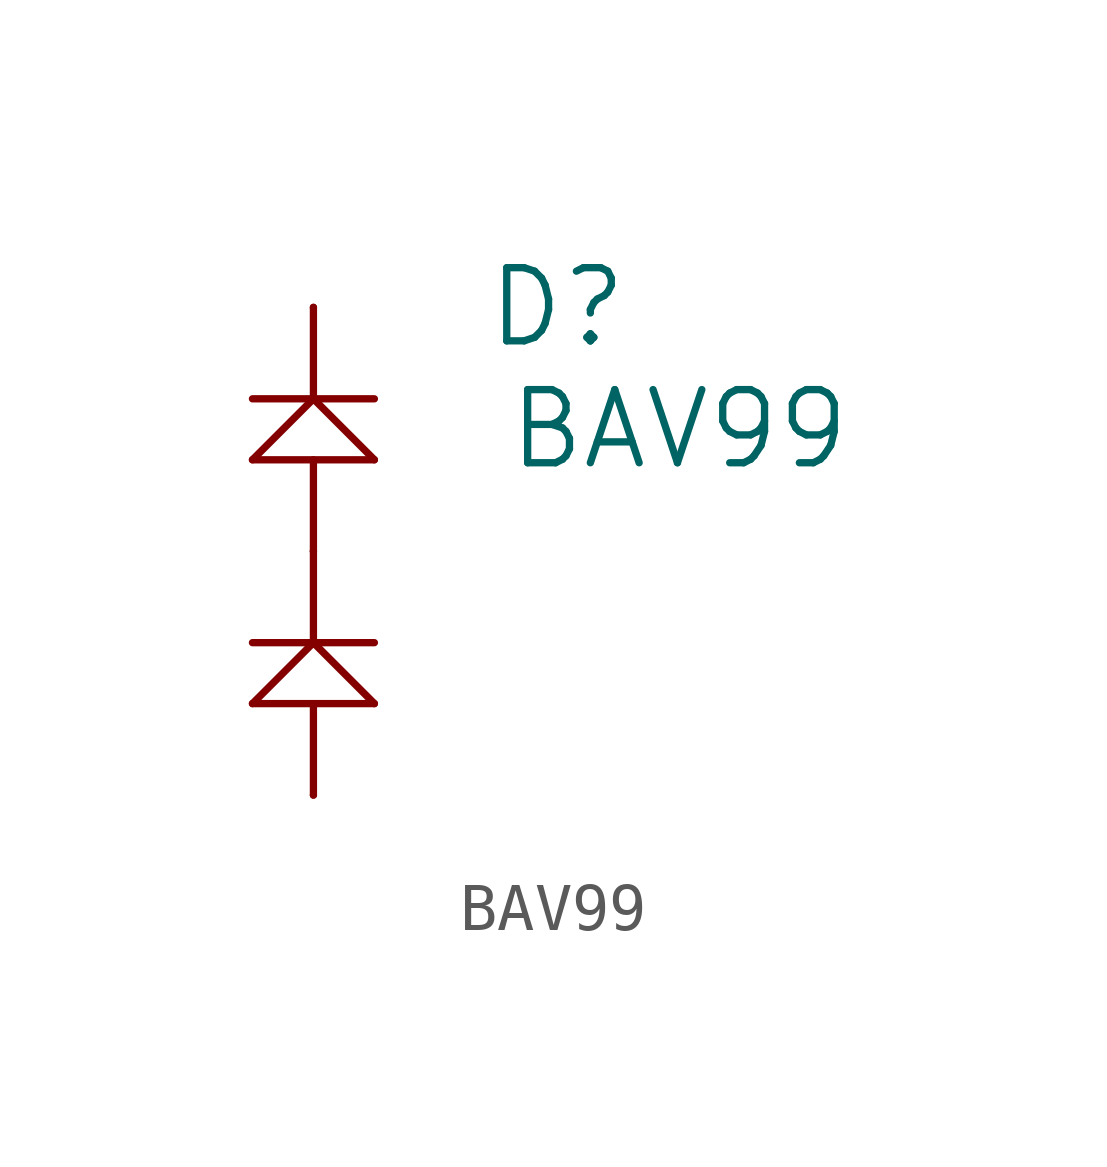
<source format=kicad_sym>
(kicad_symbol_lib
  (version 20220914)
  (generator kicad_symbol_editor)
  (symbol "BAV99"
    (pin_numbers hide)
    (pin_names
      (offset 1.016) hide)
    (property "Reference" "D"
      (at 5.08 10.16 0)
      (effects (font (size 1.524 1.524))))
    (property "Value" "BAV99"
      (at 7.62 7.62 0)
      (effects (font (size 1.524 1.524))))
    (symbol "BAV99_0_1"
      (polyline (pts (xy -1.27 1.905) (xy 1.27 1.905)) (stroke (width 0) (type solid)) (fill (type none)))
      (polyline (pts (xy -1.27 3.175) (xy 1.27 3.175)) (stroke (width 0) (type solid)) (fill (type none)))
      (polyline (pts (xy -1.27 6.985) (xy 1.27 6.985)) (stroke (width 0) (type solid)) (fill (type none)))
      (polyline (pts (xy -1.27 8.255) (xy 1.27 8.255)) (stroke (width 0) (type solid)) (fill (type none)))
      (polyline (pts (xy 0 0) (xy 0 1.905)) (stroke (width 0) (type solid)) (fill (type none)))
      (polyline (pts (xy 0 5.08) (xy 0 3.175)) (stroke (width 0) (type solid)) (fill (type none)))
      (polyline (pts (xy 0 5.08) (xy 0 6.985)) (stroke (width 0) (type solid)) (fill (type none)))
      (polyline (pts (xy 0 10.16) (xy 0 8.255)) (stroke (width 0) (type solid)) (fill (type none)))
      (polyline (pts (xy -1.27 1.905) (xy 0 3.175) (xy 1.27 1.905)) (stroke (width 0) (type solid)) (fill (type none)))
      (polyline (pts (xy -1.27 6.985) (xy 0 8.255) (xy 1.27 6.985)) (stroke (width 0) (type solid)) (fill (type none))))
    (symbol "BAV99_1_1"
      (pin passive line (at 0 0 180) (length 0) (name "1" (effects (font (size 1.27 1.27)))) (number "1" (effects (font (size 1.27 1.27)))))
      (pin passive line (at 0 10.16 0) (length 0) (name "2" (effects (font (size 1.27 1.27)))) (number "2" (effects (font (size 1.27 1.27)))))
      (pin passive line (at 0 5.08 180) (length 0) (name "3" (effects (font (size 1.27 1.27)))) (number "3" (effects (font (size 1.27 1.27))))))))
</source>
